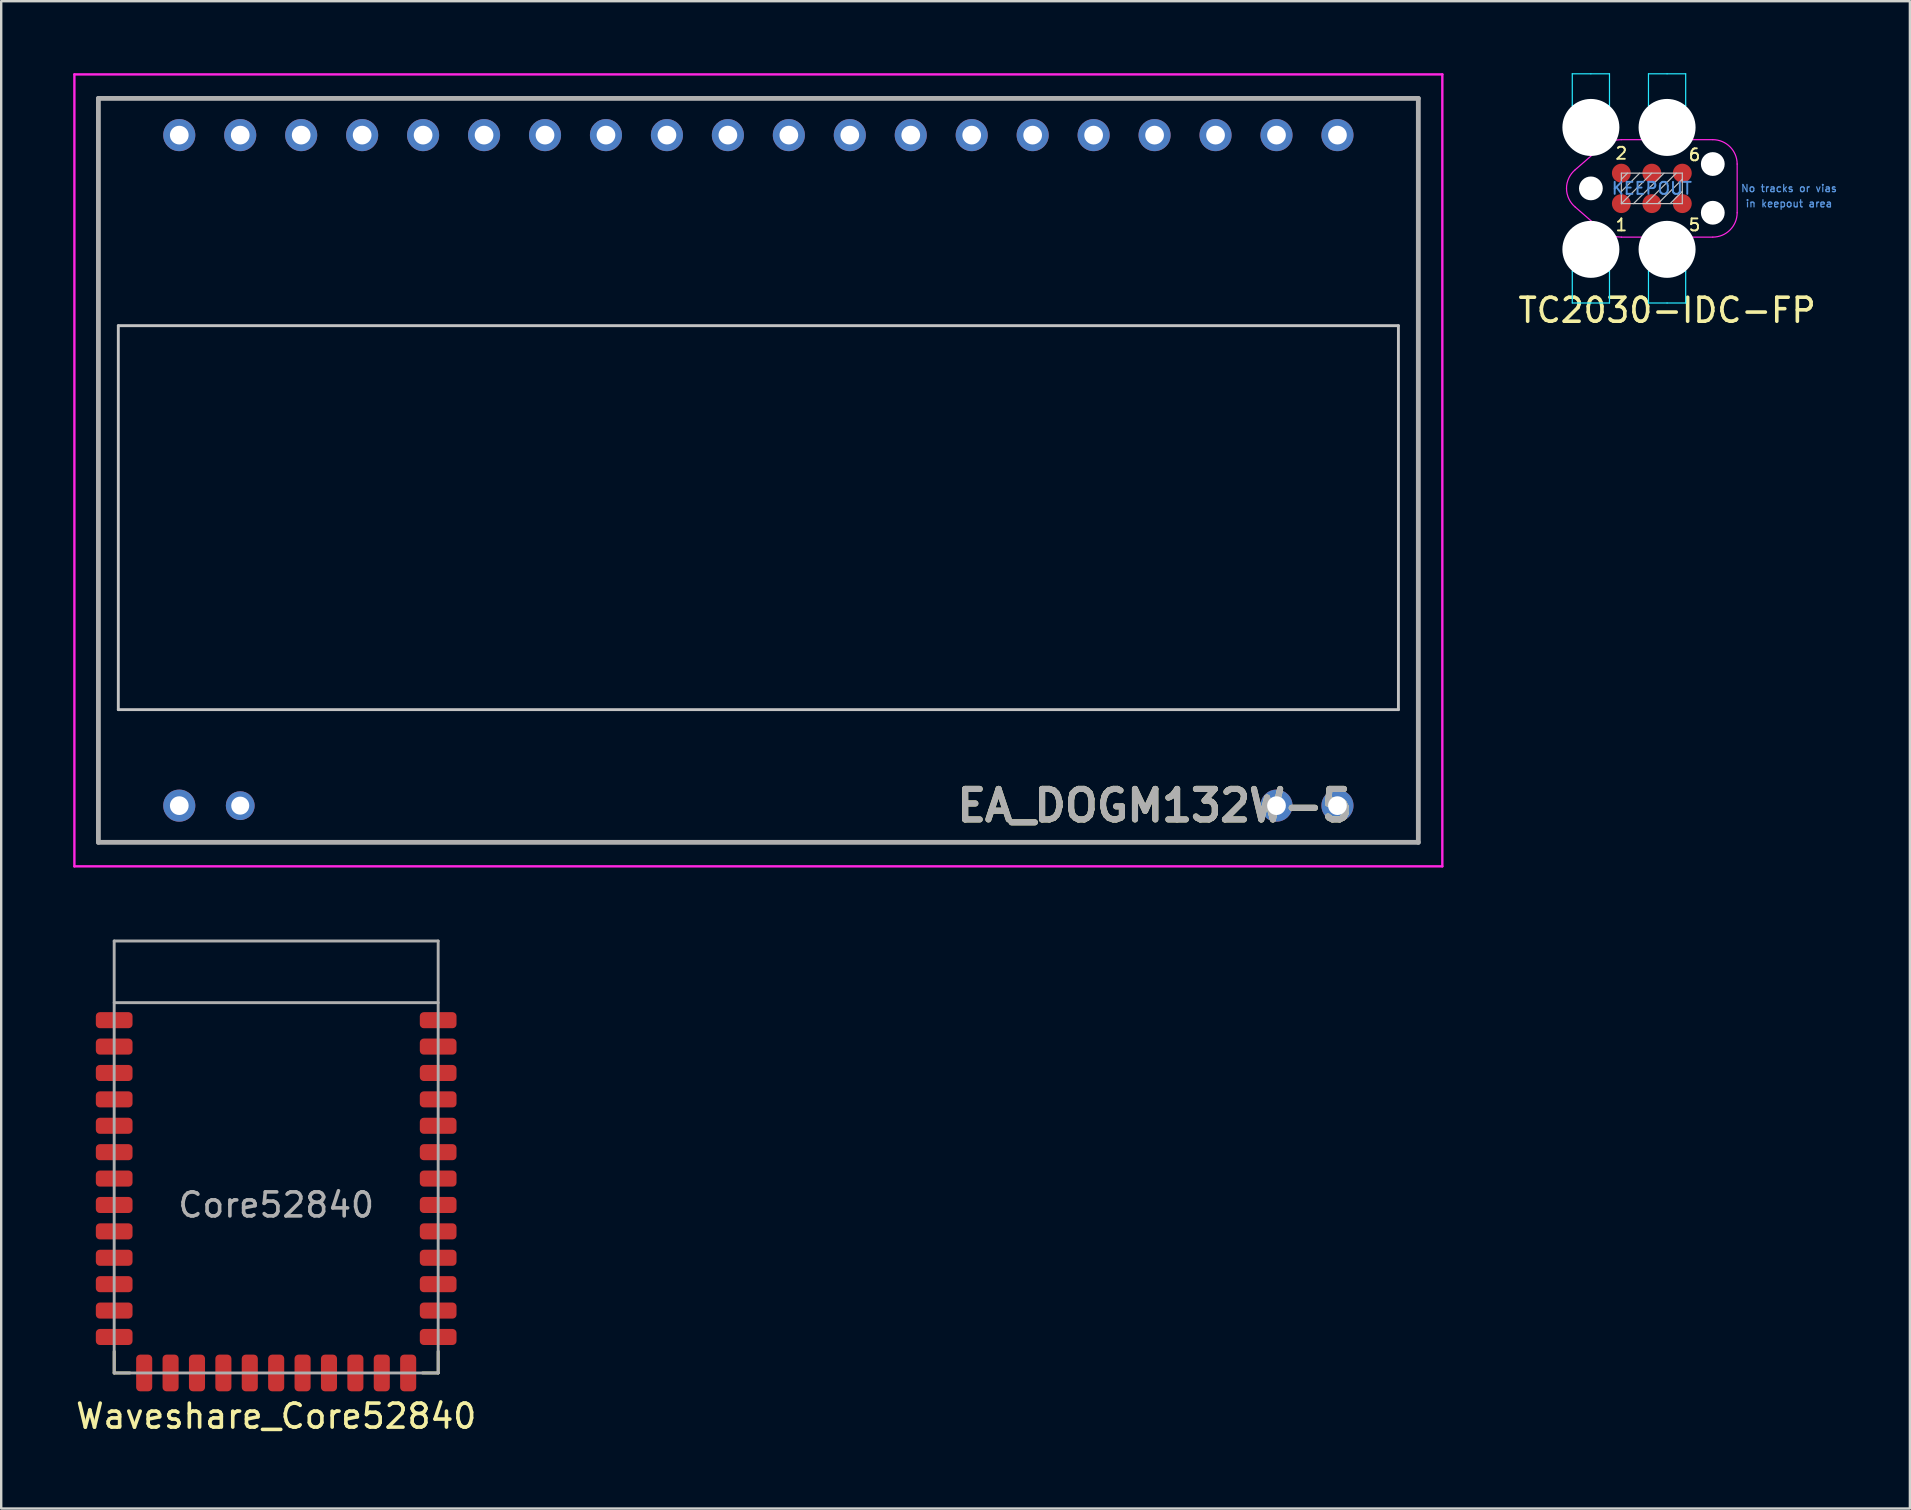
<source format=kicad_pcb>
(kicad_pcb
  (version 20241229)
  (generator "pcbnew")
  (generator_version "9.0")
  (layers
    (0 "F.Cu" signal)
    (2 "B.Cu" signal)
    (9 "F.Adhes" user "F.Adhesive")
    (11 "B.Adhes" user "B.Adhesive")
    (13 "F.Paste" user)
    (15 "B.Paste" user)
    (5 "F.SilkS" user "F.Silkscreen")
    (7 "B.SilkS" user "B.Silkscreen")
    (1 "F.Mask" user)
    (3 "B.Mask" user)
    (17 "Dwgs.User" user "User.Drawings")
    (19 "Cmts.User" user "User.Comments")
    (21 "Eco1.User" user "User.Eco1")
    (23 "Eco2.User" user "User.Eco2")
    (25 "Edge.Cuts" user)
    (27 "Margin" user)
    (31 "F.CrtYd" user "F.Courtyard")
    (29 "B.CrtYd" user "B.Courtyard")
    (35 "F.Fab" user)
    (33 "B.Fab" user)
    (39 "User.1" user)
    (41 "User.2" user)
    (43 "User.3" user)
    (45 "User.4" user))
  (footprint "Waveshare_Core52840"
    (layer "F.Cu")
    (at 8.458 46.06)
    (property "Reference" "Waveshare_Core52840" (at 0 9.9 0) (layer "F.SilkS") (effects (font (size 1 1) (thickness 0.15))))
    (attr through_hole)
    (fp_line (start -6.75 8.1) (end -6.75 7.2) (stroke (width 0.12) (type solid)) (layer "F.SilkS"))
    (fp_line (start -6.75 8.1) (end -6.1 8.1) (stroke (width 0.12) (type solid)) (layer "F.SilkS"))
    (fp_line (start 6.1 8.1) (end 6.75 8.1) (stroke (width 0.12) (type solid)) (layer "F.SilkS"))
    (fp_line (start 6.75 8.1) (end 6.75 7.2) (stroke (width 0.12) (type solid)) (layer "F.SilkS"))
    (fp_line (start -6.75 -9.9) (end 6.75 -9.9) (stroke (width 0.12) (type solid)) (layer "F.Fab"))
    (fp_line (start -6.75 -7.33) (end 6.75 -7.33) (stroke (width 0.12) (type solid)) (layer "F.Fab"))
    (fp_line (start -6.75 8.1) (end -6.75 -9.9) (stroke (width 0.12) (type solid)) (layer "F.Fab"))
    (fp_line (start 6.75 -9.9) (end 6.75 8.1) (stroke (width 0.12) (type solid)) (layer "F.Fab"))
    (fp_line (start 6.75 8.1) (end -6.75 8.1) (stroke (width 0.12) (type solid)) (layer "F.Fab"))
    (fp_text user "Core52840" (at 0 1.1 0) (layer "F.Fab") (effects (font (size 1 1) (thickness 0.15))))
    (pad "1" smd roundrect (at -6.75 -6.6) (size 1.53 0.67) (layers "F.Cu" "F.Mask" "F.Paste") (roundrect_rratio 0.25))
    (pad "2" smd roundrect (at -6.75 -5.5) (size 1.53 0.67) (layers "F.Cu" "F.Mask" "F.Paste") (roundrect_rratio 0.25))
    (pad "3" smd roundrect (at -6.75 -4.4) (size 1.53 0.67) (layers "F.Cu" "F.Mask" "F.Paste") (roundrect_rratio 0.25))
    (pad "4" smd roundrect (at -6.75 -3.3) (size 1.53 0.67) (layers "F.Cu" "F.Mask" "F.Paste") (roundrect_rratio 0.25))
    (pad "5" smd roundrect (at -6.75 -2.2) (size 1.53 0.67) (layers "F.Cu" "F.Mask" "F.Paste") (roundrect_rratio 0.25))
    (pad "6" smd roundrect (at -6.75 -1.1) (size 1.53 0.67) (layers "F.Cu" "F.Mask" "F.Paste") (roundrect_rratio 0.25))
    (pad "7" smd roundrect (at -6.75 0) (size 1.53 0.67) (layers "F.Cu" "F.Mask" "F.Paste") (roundrect_rratio 0.25))
    (pad "8" smd roundrect (at -6.75 1.1) (size 1.53 0.67) (layers "F.Cu" "F.Mask" "F.Paste") (roundrect_rratio 0.25))
    (pad "9" smd roundrect (at -6.75 2.2) (size 1.53 0.67) (layers "F.Cu" "F.Mask" "F.Paste") (roundrect_rratio 0.25))
    (pad "10" smd roundrect (at -6.75 3.3) (size 1.53 0.67) (layers "F.Cu" "F.Mask" "F.Paste") (roundrect_rratio 0.25))
    (pad "11" smd roundrect (at -6.75 4.4) (size 1.53 0.67) (layers "F.Cu" "F.Mask" "F.Paste") (roundrect_rratio 0.25))
    (pad "12" smd roundrect (at -6.75 5.5) (size 1.53 0.67) (layers "F.Cu" "F.Mask" "F.Paste") (roundrect_rratio 0.25))
    (pad "13" smd roundrect (at -6.75 6.6) (size 1.53 0.67) (layers "F.Cu" "F.Mask" "F.Paste") (roundrect_rratio 0.25))
    (pad "14" smd roundrect (at -5.5 8.1 90) (size 1.53 0.67) (layers "F.Cu" "F.Mask" "F.Paste") (roundrect_rratio 0.25))
    (pad "15" smd roundrect (at -4.4 8.1 90) (size 1.53 0.67) (layers "F.Cu" "F.Mask" "F.Paste") (roundrect_rratio 0.25))
    (pad "16" smd roundrect (at -3.3 8.1 90) (size 1.53 0.67) (layers "F.Cu" "F.Mask" "F.Paste") (roundrect_rratio 0.25))
    (pad "17" smd roundrect (at -2.2 8.1 90) (size 1.53 0.67) (layers "F.Cu" "F.Mask" "F.Paste") (roundrect_rratio 0.25))
    (pad "18" smd roundrect (at -1.1 8.1 90) (size 1.53 0.67) (layers "F.Cu" "F.Mask" "F.Paste") (roundrect_rratio 0.25))
    (pad "19" smd roundrect (at 0 8.1 90) (size 1.53 0.67) (layers "F.Cu" "F.Mask" "F.Paste") (roundrect_rratio 0.25))
    (pad "20" smd roundrect (at 1.1 8.1 90) (size 1.53 0.67) (layers "F.Cu" "F.Mask" "F.Paste") (roundrect_rratio 0.25))
    (pad "21" smd roundrect (at 2.2 8.1 90) (size 1.53 0.67) (layers "F.Cu" "F.Mask" "F.Paste") (roundrect_rratio 0.25))
    (pad "22" smd roundrect (at 3.3 8.1 90) (size 1.53 0.67) (layers "F.Cu" "F.Mask" "F.Paste") (roundrect_rratio 0.25))
    (pad "23" smd roundrect (at 4.4 8.1 90) (size 1.53 0.67) (layers "F.Cu" "F.Mask" "F.Paste") (roundrect_rratio 0.25))
    (pad "24" smd roundrect (at 5.5 8.1 90) (size 1.53 0.67) (layers "F.Cu" "F.Mask" "F.Paste") (roundrect_rratio 0.25))
    (pad "25" smd roundrect (at 6.75 6.6) (size 1.53 0.67) (layers "F.Cu" "F.Mask" "F.Paste") (roundrect_rratio 0.25))
    (pad "26" smd roundrect (at 6.75 5.5) (size 1.53 0.67) (layers "F.Cu" "F.Mask" "F.Paste") (roundrect_rratio 0.25))
    (pad "27" smd roundrect (at 6.75 4.4) (size 1.53 0.67) (layers "F.Cu" "F.Mask" "F.Paste") (roundrect_rratio 0.25))
    (pad "28" smd roundrect (at 6.75 3.3) (size 1.53 0.67) (layers "F.Cu" "F.Mask" "F.Paste") (roundrect_rratio 0.25))
    (pad "29" smd roundrect (at 6.75 2.2) (size 1.53 0.67) (layers "F.Cu" "F.Mask" "F.Paste") (roundrect_rratio 0.25))
    (pad "30" smd roundrect (at 6.75 1.1) (size 1.53 0.67) (layers "F.Cu" "F.Mask" "F.Paste") (roundrect_rratio 0.25))
    (pad "31" smd roundrect (at 6.75 0) (size 1.53 0.67) (layers "F.Cu" "F.Mask" "F.Paste") (roundrect_rratio 0.25))
    (pad "32" smd roundrect (at 6.75 -1.1) (size 1.53 0.67) (layers "F.Cu" "F.Mask" "F.Paste") (roundrect_rratio 0.25))
    (pad "33" smd roundrect (at 6.75 -2.2) (size 1.53 0.67) (layers "F.Cu" "F.Mask" "F.Paste") (roundrect_rratio 0.25))
    (pad "34" smd roundrect (at 6.75 -3.3) (size 1.53 0.67) (layers "F.Cu" "F.Mask" "F.Paste") (roundrect_rratio 0.25))
    (pad "35" smd roundrect (at 6.75 -4.4) (size 1.53 0.67) (layers "F.Cu" "F.Mask" "F.Paste") (roundrect_rratio 0.25))
    (pad "36" smd roundrect (at 6.75 -5.5) (size 1.53 0.67) (layers "F.Cu" "F.Mask" "F.Paste") (roundrect_rratio 0.25))
    (pad "37" smd roundrect (at 6.75 -6.6) (size 1.53 0.67) (layers "F.Cu" "F.Mask" "F.Paste") (roundrect_rratio 0.25)))
  (footprint "EA_DOGM132W-5"
    (layer "F.Cu")
    (at 4.42 30.52)
    (property "Reference" "EA_DOGM132W-5" (at 40.64 0 0) (layer "F.SilkS") (effects (font (size 1.27 1.27) (thickness 0.254))))
    (attr through_hole)
    (fp_line (start -3.37 -29.47) (end 51.63 -29.47) (stroke (width 0.1) (type solid)) (layer "F.SilkS"))
    (fp_line (start -3.37 1.53) (end -3.37 -29.47) (stroke (width 0.1) (type solid)) (layer "F.SilkS"))
    (fp_line (start 51.63 -29.47) (end 51.63 1.53) (stroke (width 0.1) (type solid)) (layer "F.SilkS"))
    (fp_line (start 51.63 1.53) (end -3.37 1.53) (stroke (width 0.1) (type solid)) (layer "F.SilkS"))
    (fp_line (start -2.54 -20) (end -2.54 -4) (stroke (width 0.12) (type solid)) (layer "Dwgs.User"))
    (fp_line (start -2.54 -4) (end 50.8 -4) (stroke (width 0.12) (type solid)) (layer "Dwgs.User"))
    (fp_line (start 50.8 -20) (end -2.54 -20) (stroke (width 0.12) (type solid)) (layer "Dwgs.User"))
    (fp_line (start 50.8 -4) (end 50.8 -20) (stroke (width 0.12) (type solid)) (layer "Dwgs.User"))
    (fp_line (start -4.37 -30.47) (end 52.63 -30.47) (stroke (width 0.1) (type solid)) (layer "F.CrtYd"))
    (fp_line (start -4.37 2.53) (end -4.37 -30.47) (stroke (width 0.1) (type solid)) (layer "F.CrtYd"))
    (fp_line (start 52.63 -30.47) (end 52.63 2.53) (stroke (width 0.1) (type solid)) (layer "F.CrtYd"))
    (fp_line (start 52.63 2.53) (end -4.37 2.53) (stroke (width 0.1) (type solid)) (layer "F.CrtYd"))
    (fp_line (start -3.37 -29.47) (end 51.63 -29.47) (stroke (width 0.2) (type solid)) (layer "F.Fab"))
    (fp_line (start -3.37 1.53) (end -3.37 -29.47) (stroke (width 0.2) (type solid)) (layer "F.Fab"))
    (fp_line (start 51.63 -29.47) (end 51.63 1.53) (stroke (width 0.2) (type solid)) (layer "F.Fab"))
    (fp_line (start 51.63 1.53) (end -3.37 1.53) (stroke (width 0.2) (type solid)) (layer "F.Fab"))
    (fp_text user "${REFERENCE}" (at 40.64 0 0) (layer "F.Fab") (effects (font (size 1.27 1.27) (thickness 0.254))))
    (pad "1" thru_hole circle (at 0 0) (size 1.337 1.337) (drill 0.78) (layers "*.Cu" "*.Mask"))
    (pad "2" thru_hole circle (at 2.54 0) (size 1.2 1.2) (drill 0.75) (layers "*.Cu" "*.Mask"))
    (pad "19" thru_hole circle (at 45.72 0) (size 1.337 1.337) (drill 0.78) (layers "*.Cu" "*.Mask"))
    (pad "20" thru_hole circle (at 48.26 0) (size 1.337 1.337) (drill 0.78) (layers "*.Cu" "*.Mask"))
    (pad "21" thru_hole circle (at 48.26 -27.94) (size 1.337 1.337) (drill 0.78) (layers "*.Cu" "*.Mask"))
    (pad "22" thru_hole circle (at 45.72 -27.94) (size 1.337 1.337) (drill 0.78) (layers "*.Cu" "*.Mask"))
    (pad "23" thru_hole circle (at 43.18 -27.94) (size 1.337 1.337) (drill 0.78) (layers "*.Cu" "*.Mask"))
    (pad "24" thru_hole circle (at 40.64 -27.94) (size 1.337 1.337) (drill 0.78) (layers "*.Cu" "*.Mask"))
    (pad "25" thru_hole circle (at 38.1 -27.94) (size 1.337 1.337) (drill 0.78) (layers "*.Cu" "*.Mask"))
    (pad "26" thru_hole circle (at 35.56 -27.94) (size 1.337 1.337) (drill 0.78) (layers "*.Cu" "*.Mask"))
    (pad "27" thru_hole circle (at 33.02 -27.94) (size 1.337 1.337) (drill 0.78) (layers "*.Cu" "*.Mask"))
    (pad "28" thru_hole circle (at 30.48 -27.94) (size 1.337 1.337) (drill 0.78) (layers "*.Cu" "*.Mask"))
    (pad "29" thru_hole circle (at 27.94 -27.94) (size 1.337 1.337) (drill 0.78) (layers "*.Cu" "*.Mask"))
    (pad "30" thru_hole circle (at 25.4 -27.94) (size 1.337 1.337) (drill 0.78) (layers "*.Cu" "*.Mask"))
    (pad "31" thru_hole circle (at 22.86 -27.94) (size 1.337 1.337) (drill 0.78) (layers "*.Cu" "*.Mask"))
    (pad "32" thru_hole circle (at 20.32 -27.94) (size 1.337 1.337) (drill 0.78) (layers "*.Cu" "*.Mask"))
    (pad "33" thru_hole circle (at 17.78 -27.94) (size 1.337 1.337) (drill 0.78) (layers "*.Cu" "*.Mask"))
    (pad "34" thru_hole circle (at 15.24 -27.94) (size 1.337 1.337) (drill 0.78) (layers "*.Cu" "*.Mask"))
    (pad "35" thru_hole circle (at 12.7 -27.94) (size 1.337 1.337) (drill 0.78) (layers "*.Cu" "*.Mask"))
    (pad "36" thru_hole circle (at 10.16 -27.94) (size 1.337 1.337) (drill 0.78) (layers "*.Cu" "*.Mask"))
    (pad "37" thru_hole circle (at 7.62 -27.94) (size 1.337 1.337) (drill 0.78) (layers "*.Cu" "*.Mask"))
    (pad "38" thru_hole circle (at 5.08 -27.94) (size 1.337 1.337) (drill 0.78) (layers "*.Cu" "*.Mask"))
    (pad "39" thru_hole circle (at 2.54 -27.94) (size 1.337 1.337) (drill 0.78) (layers "*.Cu" "*.Mask"))
    (pad "40" thru_hole circle (at 0 -27.94) (size 1.337 1.337) (drill 0.78) (layers "*.Cu" "*.Mask")))
  (footprint "TC2030-IDC-FP"
    (layer "F.Cu")
    (at 65.78 4.8)
    (property "Reference" "TC2030-IDC-FP" (at 0.635 5.08 0) (layer "F.SilkS") (effects (font (size 1 1) (thickness 0.15))))
    (attr exclude_from_pos_files exclude_from_bom)
    (fp_line (start -1.27 -0.381) (end -1.016 -0.635) (stroke (width 0.05) (type solid)) (layer "Dwgs.User"))
    (fp_line (start -1.27 0.127) (end -0.508 -0.635) (stroke (width 0.05) (type solid)) (layer "Dwgs.User"))
    (fp_line (start -1.27 0.635) (end -1.27 -0.635) (stroke (width 0.05) (type solid)) (layer "Dwgs.User"))
    (fp_line (start -1.27 0.635) (end 0 -0.635) (stroke (width 0.05) (type solid)) (layer "Dwgs.User"))
    (fp_line (start -0.762 0.635) (end 0.508 -0.635) (stroke (width 0.05) (type solid)) (layer "Dwgs.User"))
    (fp_line (start -0.254 0.635) (end 1.016 -0.635) (stroke (width 0.05) (type solid)) (layer "Dwgs.User"))
    (fp_line (start 0.254 0.635) (end 1.27 -0.381) (stroke (width 0.05) (type solid)) (layer "Dwgs.User"))
    (fp_line (start 0.762 0.635) (end 1.27 0.127) (stroke (width 0.05) (type solid)) (layer "Dwgs.User"))
    (fp_line (start 1.27 -0.635) (end -1.27 -0.635) (stroke (width 0.05) (type solid)) (layer "Dwgs.User"))
    (fp_line (start 1.27 -0.635) (end 1.27 0.635) (stroke (width 0.05) (type solid)) (layer "Dwgs.User"))
    (fp_line (start 1.27 0.635) (end -1.27 0.635) (stroke (width 0.05) (type solid)) (layer "Dwgs.User"))
    (fp_line (start -3.315 -4.775) (end -3.315 -3.442) (stroke (width 0.05) (type solid)) (layer "B.CrtYd"))
    (fp_line (start -3.315 -3.442) (end -1.765 -3.442) (stroke (width 0.05) (type solid)) (layer "B.CrtYd"))
    (fp_line (start -3.315 3.442) (end -1.765 3.442) (stroke (width 0.05) (type solid)) (layer "B.CrtYd"))
    (fp_line (start -3.315 4.775) (end -3.315 3.442) (stroke (width 0.05) (type solid)) (layer "B.CrtYd"))
    (fp_line (start -2.54 -4.775) (end -3.315 -4.775) (stroke (width 0.05) (type solid)) (layer "B.CrtYd"))
    (fp_line (start -2.54 -4.775) (end -1.765 -4.775) (stroke (width 0.05) (type solid)) (layer "B.CrtYd"))
    (fp_line (start -2.54 4.775) (end -3.315 4.775) (stroke (width 0.05) (type solid)) (layer "B.CrtYd"))
    (fp_line (start -2.54 4.775) (end -1.765 4.775) (stroke (width 0.05) (type solid)) (layer "B.CrtYd"))
    (fp_line (start -1.765 -4.775) (end -1.765 -3.442) (stroke (width 0.05) (type solid)) (layer "B.CrtYd"))
    (fp_line (start -1.765 4.775) (end -1.765 3.442) (stroke (width 0.05) (type solid)) (layer "B.CrtYd"))
    (fp_line (start -0.14 -4.775) (end -0.14 -3.442) (stroke (width 0.05) (type solid)) (layer "B.CrtYd"))
    (fp_line (start -0.14 -3.442) (end 1.41 -3.442) (stroke (width 0.05) (type solid)) (layer "B.CrtYd"))
    (fp_line (start -0.14 3.442) (end 1.41 3.442) (stroke (width 0.05) (type solid)) (layer "B.CrtYd"))
    (fp_line (start -0.14 4.775) (end -0.14 3.442) (stroke (width 0.05) (type solid)) (layer "B.CrtYd"))
    (fp_line (start 0.635 -4.775) (end -0.14 -4.775) (stroke (width 0.05) (type solid)) (layer "B.CrtYd"))
    (fp_line (start 0.635 -4.775) (end 1.41 -4.775) (stroke (width 0.05) (type solid)) (layer "B.CrtYd"))
    (fp_line (start 0.635 4.775) (end -0.14 4.775) (stroke (width 0.05) (type solid)) (layer "B.CrtYd"))
    (fp_line (start 0.635 4.775) (end 1.41 4.775) (stroke (width 0.05) (type solid)) (layer "B.CrtYd"))
    (fp_line (start 1.41 -4.775) (end 1.41 -3.442) (stroke (width 0.05) (type solid)) (layer "B.CrtYd"))
    (fp_line (start 1.41 4.775) (end 1.41 3.442) (stroke (width 0.05) (type solid)) (layer "B.CrtYd"))
    (fp_line (start -3.192 0.778) (end -1.968 1.843) (stroke (width 0.05) (type solid)) (layer "F.CrtYd"))
    (fp_line (start -1.968 -1.843) (end -3.192 -0.778) (stroke (width 0.05) (type solid)) (layer "F.CrtYd"))
    (fp_line (start 2.54 -2.03) (end -1.27 -2.03) (stroke (width 0.05) (type solid)) (layer "F.CrtYd"))
    (fp_line (start 2.54 2.03) (end -1.27 2.03) (stroke (width 0.05) (type solid)) (layer "F.CrtYd"))
    (fp_line (start 3.555 -1.015) (end 3.555 1.015) (stroke (width 0.05) (type solid)) (layer "F.CrtYd"))
    (fp_arc (start -3.555 0) (mid -3.459902 -0.428958) (end -3.192429 -0.777535) (stroke (width 0.05) (type solid)) (layer "F.CrtYd"))
    (fp_arc (start -3.192429 0.777535) (mid -3.459902 0.428958) (end -3.555 0) (stroke (width 0.05) (type solid)) (layer "F.CrtYd"))
    (fp_arc (start -1.9675 -1.843105) (mid -1.631053 -1.982466) (end -1.27 -2.03) (stroke (width 0.05) (type solid)) (layer "F.CrtYd"))
    (fp_arc (start -1.27 2.03) (mid -1.631053 1.982466) (end -1.9675 1.843105) (stroke (width 0.05) (type solid)) (layer "F.CrtYd"))
    (fp_arc (start 2.54 -2.03) (mid 3.257713 -1.732713) (end 3.555 -1.015) (stroke (width 0.05) (type solid)) (layer "F.CrtYd"))
    (fp_arc (start 3.555 1.015) (mid 3.257713 1.732713) (end 2.54 2.03) (stroke (width 0.05) (type solid)) (layer "F.CrtYd"))
    (fp_text user "6" (at 1.778 -1.397 0) (layer "F.SilkS") (effects (font (size 0.5 0.5) (thickness 0.08))))
    (fp_text user "2" (at -1.27 -1.46 0) (layer "F.SilkS") (effects (font (size 0.5 0.5) (thickness 0.08))))
    (fp_text user "1" (at -1.27 1.524 0) (layer "F.SilkS") (effects (font (size 0.5 0.5) (thickness 0.08))))
    (fp_text user "5" (at 1.778 1.524 0) (layer "F.SilkS") (effects (font (size 0.5 0.5) (thickness 0.08))))
    (fp_text user "No tracks or vias" (at 5.715 0 0) (layer "Cmts.User") (effects (font (size 0.3 0.3) (thickness 0.05))))
    (fp_text user "in keepout area" (at 5.715 0.635 0) (layer "Cmts.User") (effects (font (size 0.3 0.3) (thickness 0.05))))
    (fp_text user "KEEPOUT" (at 0 0 0) (layer "Cmts.User") (effects (font (size 0.5 0.5) (thickness 0.08))))
    (pad "" np_thru_hole circle (at -2.54 -2.54) (size 2.375 2.375) (drill 2.375) (layers "*.Cu" "*.Mask"))
    (pad "" np_thru_hole circle (at -2.54 0) (size 0.991 0.991) (drill 0.991) (layers "*.Cu" "*.Mask"))
    (pad "" np_thru_hole circle (at -2.54 2.54) (size 2.375 2.375) (drill 2.375) (layers "*.Cu" "*.Mask"))
    (pad "" np_thru_hole circle (at 0.635 -2.54) (size 2.375 2.375) (drill 2.375) (layers "*.Cu" "*.Mask"))
    (pad "" np_thru_hole circle (at 0.635 2.54) (size 2.375 2.375) (drill 2.375) (layers "*.Cu" "*.Mask"))
    (pad "" np_thru_hole circle (at 2.54 -1.015) (size 0.991 0.991) (drill 0.991) (layers "*.Cu" "*.Mask"))
    (pad "" np_thru_hole circle (at 2.54 1.015) (size 0.991 0.991) (drill 0.991) (layers "*.Cu" "*.Mask"))
    (pad "1" smd circle (at -1.27 0.635) (size 0.787 0.787) (layers "F.Cu" "F.Mask"))
    (pad "2" smd circle (at -1.27 -0.635) (size 0.787 0.787) (layers "F.Cu" "F.Mask"))
    (pad "3" smd circle (at 0 0.635) (size 0.787 0.787) (layers "F.Cu" "F.Mask"))
    (pad "4" smd circle (at 0 -0.635) (size 0.787 0.787) (layers "F.Cu" "F.Mask"))
    (pad "5" smd circle (at 1.27 0.635) (size 0.787 0.787) (layers "F.Cu" "F.Mask"))
    (pad "6" smd circle (at 1.27 -0.635) (size 0.787 0.787) (layers "F.Cu" "F.Mask")))
  (gr_rect
    (start -3 -3)
    (end 76.533 59.808)
    (stroke (width 0.1) (type default))
    (fill no)
    (layer "Edge.Cuts")))
</source>
